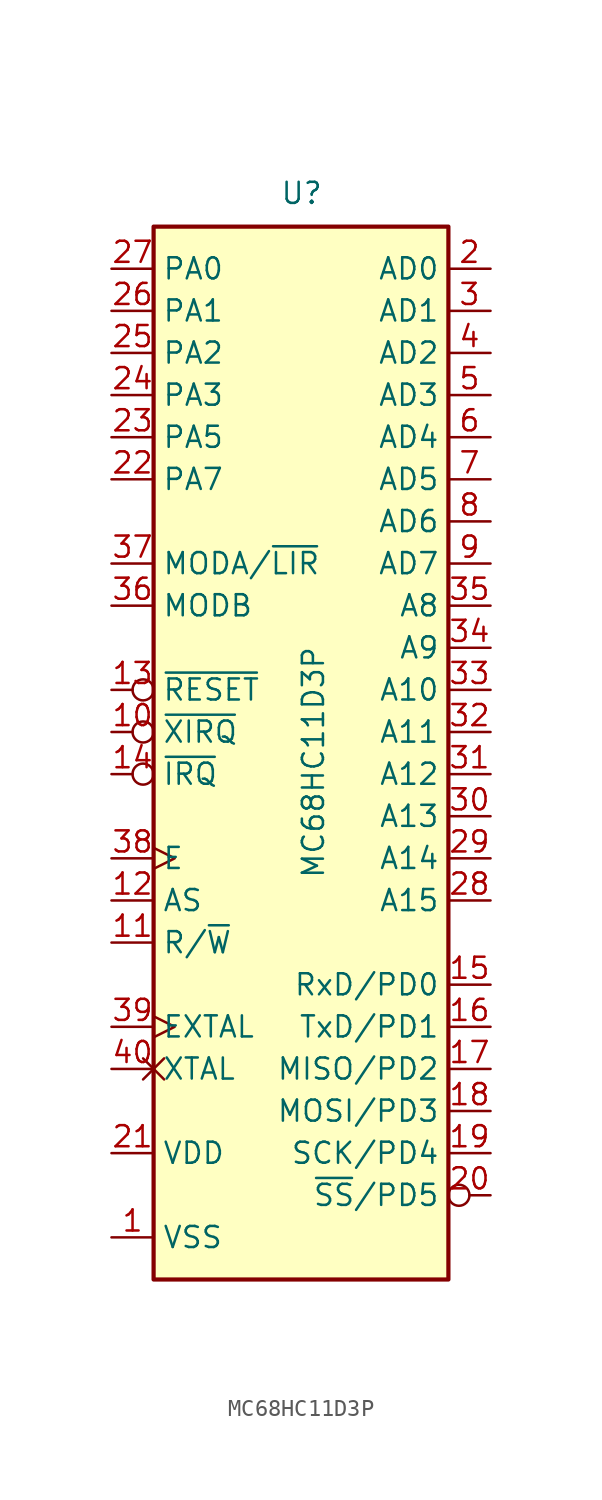
<source format=kicad_sym>
(kicad_symbol_lib
  (version 20220914)
  (generator kicad_symbol_editor)
  (symbol "MC68HC11D3P"
    (property "Reference" "U"
      (at -1.27 31.75 0)
      (effects (font (size 1.27 1.27)) (justify left bottom)))
    (property "Value" "MC68HC11D3P"
      (at 0 -8.89 90)
      (effects (font (size 1.27 1.27)) (justify left top)))
    (symbol "MC68HC11D3P_0_1"
      (rectangle (start -8.89 -33.02) (end 8.89 30.48) (stroke (width 0.254) (type default)) (fill (type background))))
    (symbol "MC68HC11D3P_1_1"
      (pin power_in line (at -11.43 -30.48 0) (length 2.54) (name "VSS" (effects (font (size 1.27 1.27)))) (number "1" (effects (font (size 1.27 1.27)))))
      (pin input inverted (at -11.43 0 0) (length 2.54) (name "~{XIRQ}" (effects (font (size 1.27 1.27)))) (number "10" (effects (font (size 1.27 1.27)))))
      (pin output line (at -11.43 -12.7 0) (length 2.54) (name "R/~{W}" (effects (font (size 1.27 1.27)))) (number "11" (effects (font (size 1.27 1.27)))))
      (pin output line (at -11.43 -10.16 0) (length 2.54) (name "AS" (effects (font (size 1.27 1.27)))) (number "12" (effects (font (size 1.27 1.27)))))
      (pin bidirectional inverted (at -11.43 2.54 0) (length 2.54) (name "~{RESET}" (effects (font (size 1.27 1.27)))) (number "13" (effects (font (size 1.27 1.27)))))
      (pin input inverted (at -11.43 -2.54 0) (length 2.54) (name "~{IRQ}" (effects (font (size 1.27 1.27)))) (number "14" (effects (font (size 1.27 1.27)))))
      (pin input line (at 11.43 -15.24 180) (length 2.54) (name "RxD/PD0" (effects (font (size 1.27 1.27)))) (number "15" (effects (font (size 1.27 1.27)))))
      (pin output line (at 11.43 -17.78 180) (length 2.54) (name "TxD/PD1" (effects (font (size 1.27 1.27)))) (number "16" (effects (font (size 1.27 1.27)))))
      (pin input line (at 11.43 -20.32 180) (length 2.54) (name "MISO/PD2" (effects (font (size 1.27 1.27)))) (number "17" (effects (font (size 1.27 1.27)))))
      (pin output line (at 11.43 -22.86 180) (length 2.54) (name "MOSI/PD3" (effects (font (size 1.27 1.27)))) (number "18" (effects (font (size 1.27 1.27)))))
      (pin output line (at 11.43 -25.4 180) (length 2.54) (name "SCK/PD4" (effects (font (size 1.27 1.27)))) (number "19" (effects (font (size 1.27 1.27)))))
      (pin bidirectional line (at 11.43 27.94 180) (length 2.54) (name "AD0" (effects (font (size 1.27 1.27)))) (number "2" (effects (font (size 1.27 1.27)))))
      (pin output inverted (at 11.43 -27.94 180) (length 2.54) (name "~{SS}/PD5" (effects (font (size 1.27 1.27)))) (number "20" (effects (font (size 1.27 1.27)))))
      (pin power_in line (at -11.43 -25.4 0) (length 2.54) (name "VDD" (effects (font (size 1.27 1.27)))) (number "21" (effects (font (size 1.27 1.27)))))
      (pin bidirectional line (at -11.43 15.24 0) (length 2.54) (name "PA7" (effects (font (size 1.27 1.27)))) (number "22" (effects (font (size 1.27 1.27)))))
      (pin bidirectional line (at -11.43 17.78 0) (length 2.54) (name "PA5" (effects (font (size 1.27 1.27)))) (number "23" (effects (font (size 1.27 1.27)))))
      (pin bidirectional line (at -11.43 20.32 0) (length 2.54) (name "PA3" (effects (font (size 1.27 1.27)))) (number "24" (effects (font (size 1.27 1.27)))))
      (pin bidirectional line (at -11.43 22.86 0) (length 2.54) (name "PA2" (effects (font (size 1.27 1.27)))) (number "25" (effects (font (size 1.27 1.27)))))
      (pin bidirectional line (at -11.43 25.4 0) (length 2.54) (name "PA1" (effects (font (size 1.27 1.27)))) (number "26" (effects (font (size 1.27 1.27)))))
      (pin bidirectional line (at -11.43 27.94 0) (length 2.54) (name "PA0" (effects (font (size 1.27 1.27)))) (number "27" (effects (font (size 1.27 1.27)))))
      (pin output line (at 11.43 -10.16 180) (length 2.54) (name "A15" (effects (font (size 1.27 1.27)))) (number "28" (effects (font (size 1.27 1.27)))))
      (pin output line (at 11.43 -7.62 180) (length 2.54) (name "A14" (effects (font (size 1.27 1.27)))) (number "29" (effects (font (size 1.27 1.27)))))
      (pin bidirectional line (at 11.43 25.4 180) (length 2.54) (name "AD1" (effects (font (size 1.27 1.27)))) (number "3" (effects (font (size 1.27 1.27)))))
      (pin output line (at 11.43 -5.08 180) (length 2.54) (name "A13" (effects (font (size 1.27 1.27)))) (number "30" (effects (font (size 1.27 1.27)))))
      (pin output line (at 11.43 -2.54 180) (length 2.54) (name "A12" (effects (font (size 1.27 1.27)))) (number "31" (effects (font (size 1.27 1.27)))))
      (pin output line (at 11.43 0 180) (length 2.54) (name "A11" (effects (font (size 1.27 1.27)))) (number "32" (effects (font (size 1.27 1.27)))))
      (pin output line (at 11.43 2.54 180) (length 2.54) (name "A10" (effects (font (size 1.27 1.27)))) (number "33" (effects (font (size 1.27 1.27)))))
      (pin output line (at 11.43 5.08 180) (length 2.54) (name "A9" (effects (font (size 1.27 1.27)))) (number "34" (effects (font (size 1.27 1.27)))))
      (pin output line (at 11.43 7.62 180) (length 2.54) (name "A8" (effects (font (size 1.27 1.27)))) (number "35" (effects (font (size 1.27 1.27)))))
      (pin input line (at -11.43 7.62 0) (length 2.54) (name "MODB" (effects (font (size 1.27 1.27)))) (number "36" (effects (font (size 1.27 1.27)))))
      (pin bidirectional line (at -11.43 10.16 0) (length 2.54) (name "MODA/~{LIR}" (effects (font (size 1.27 1.27)))) (number "37" (effects (font (size 1.27 1.27)))))
      (pin output clock (at -11.43 -7.62 0) (length 2.54) (name "E" (effects (font (size 1.27 1.27)))) (number "38" (effects (font (size 1.27 1.27)))))
      (pin input clock (at -11.43 -17.78 0) (length 2.54) (name "EXTAL" (effects (font (size 1.27 1.27)))) (number "39" (effects (font (size 1.27 1.27)))))
      (pin bidirectional line (at 11.43 22.86 180) (length 2.54) (name "AD2" (effects (font (size 1.27 1.27)))) (number "4" (effects (font (size 1.27 1.27)))))
      (pin output non_logic (at -11.43 -20.32 0) (length 2.54) (name "XTAL" (effects (font (size 1.27 1.27)))) (number "40" (effects (font (size 1.27 1.27)))))
      (pin bidirectional line (at 11.43 20.32 180) (length 2.54) (name "AD3" (effects (font (size 1.27 1.27)))) (number "5" (effects (font (size 1.27 1.27)))))
      (pin bidirectional line (at 11.43 17.78 180) (length 2.54) (name "AD4" (effects (font (size 1.27 1.27)))) (number "6" (effects (font (size 1.27 1.27)))))
      (pin bidirectional line (at 11.43 15.24 180) (length 2.54) (name "AD5" (effects (font (size 1.27 1.27)))) (number "7" (effects (font (size 1.27 1.27)))))
      (pin bidirectional line (at 11.43 12.7 180) (length 2.54) (name "AD6" (effects (font (size 1.27 1.27)))) (number "8" (effects (font (size 1.27 1.27)))))
      (pin bidirectional line (at 11.43 10.16 180) (length 2.54) (name "AD7" (effects (font (size 1.27 1.27)))) (number "9" (effects (font (size 1.27 1.27))))))))
</source>
